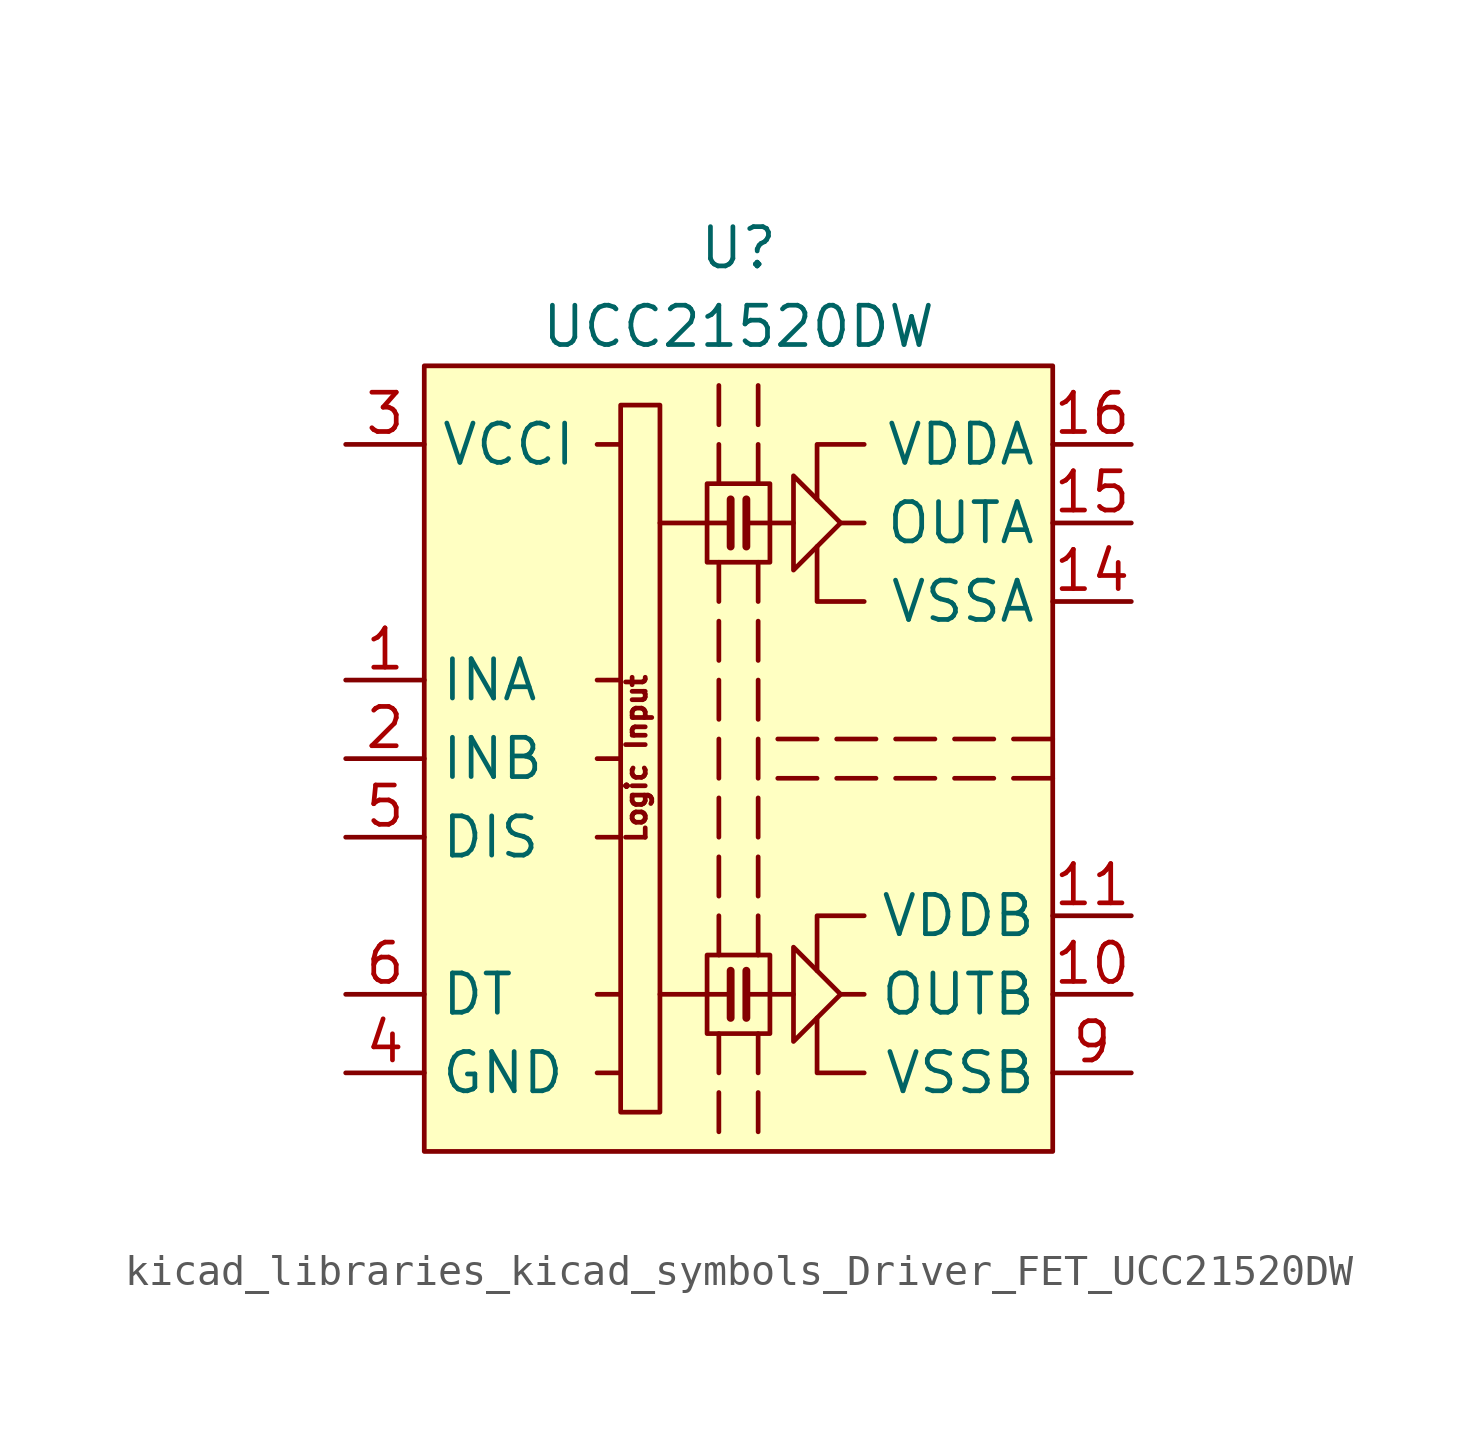
<source format=kicad_sym>
(kicad_symbol_lib
  (version 20220914)
  (generator kicad_symbol_editor)
  (symbol "kicad_libraries_kicad_symbols_Driver_FET_UCC21520DW"
    (property "Reference" "U"
      (at 0 16.51 0)
      (effects (font (size 1.27 1.27))))
    (property "Value" "UCC21520DW"
      (at 0 13.97 0)
      (effects (font (size 1.27 1.27))))
    (symbol "kicad_libraries_kicad_symbols_Driver_FET_UCC21520DW_0_0"
      (polyline (pts (xy -0.635 6.35) (xy -0.635 5.08)) (stroke (width 0) (type default)) (fill (type none)))
      (polyline (pts (xy -0.635 10.16) (xy -0.635 8.89)) (stroke (width 0) (type default)) (fill (type none)))
      (polyline (pts (xy -0.635 12.065) (xy -0.635 10.795)) (stroke (width 0) (type default)) (fill (type none)))
      (polyline (pts (xy -0.254 -7.62) (xy -2.54 -7.62)) (stroke (width 0) (type default)) (fill (type none)))
      (polyline (pts (xy -0.254 -6.858) (xy -0.254 -8.382)) (stroke (width 0.254) (type default)) (fill (type none)))
      (polyline (pts (xy -0.254 7.62) (xy -2.54 7.62)) (stroke (width 0) (type default)) (fill (type none)))
      (polyline (pts (xy -0.254 8.382) (xy -0.254 6.858)) (stroke (width 0.254) (type default)) (fill (type none)))
      (polyline (pts (xy 0.254 -7.62) (xy 1.778 -7.62)) (stroke (width 0) (type default)) (fill (type none)))
      (polyline (pts (xy 0.254 -6.858) (xy 0.254 -8.382)) (stroke (width 0.254) (type default)) (fill (type none)))
      (polyline (pts (xy 0.254 7.62) (xy 1.778 7.62)) (stroke (width 0) (type default)) (fill (type none)))
      (polyline (pts (xy 0.254 8.382) (xy 0.254 6.858)) (stroke (width 0.254) (type default)) (fill (type none)))
      (polyline (pts (xy 0.635 6.35) (xy 0.635 5.08)) (stroke (width 0) (type default)) (fill (type none)))
      (polyline (pts (xy 0.635 8.89) (xy 0.635 10.16)) (stroke (width 0) (type default)) (fill (type none)))
      (polyline (pts (xy 0.635 10.795) (xy 0.635 12.065)) (stroke (width 0) (type default)) (fill (type none)))
      (polyline (pts (xy 2.54 -0.635) (xy 1.27 -0.635)) (stroke (width 0) (type default)) (fill (type none)))
      (polyline (pts (xy 2.54 0.635) (xy 1.27 0.635)) (stroke (width 0) (type default)) (fill (type none)))
      (polyline (pts (xy 4.064 -7.62) (xy 3.302 -7.62)) (stroke (width 0) (type default)) (fill (type none)))
      (polyline (pts (xy 4.064 7.62) (xy 3.302 7.62)) (stroke (width 0) (type default)) (fill (type none)))
      (polyline (pts (xy 4.445 -0.635) (xy 3.175 -0.635)) (stroke (width 0) (type default)) (fill (type none)))
      (polyline (pts (xy 4.445 0.635) (xy 3.175 0.635)) (stroke (width 0) (type default)) (fill (type none)))
      (polyline (pts (xy 6.35 -0.635) (xy 5.08 -0.635)) (stroke (width 0) (type default)) (fill (type none)))
      (polyline (pts (xy 6.35 0.635) (xy 5.08 0.635)) (stroke (width 0) (type default)) (fill (type none)))
      (polyline (pts (xy 8.255 -0.635) (xy 6.985 -0.635)) (stroke (width 0) (type default)) (fill (type none)))
      (polyline (pts (xy 8.255 0.635) (xy 6.985 0.635)) (stroke (width 0) (type default)) (fill (type none)))
      (polyline (pts (xy 10.16 -0.635) (xy 8.89 -0.635)) (stroke (width 0) (type default)) (fill (type none)))
      (polyline (pts (xy 10.16 0.635) (xy 8.89 0.635)) (stroke (width 0) (type default)) (fill (type none)))
      (polyline (pts (xy 4.064 -10.16) (xy 2.54 -10.16) (xy 2.54 -8.382)) (stroke (width 0) (type default)) (fill (type none)))
      (polyline (pts (xy 4.064 -5.08) (xy 2.54 -5.08) (xy 2.54 -6.858)) (stroke (width 0) (type default)) (fill (type none)))
      (polyline (pts (xy 4.064 5.08) (xy 2.54 5.08) (xy 2.54 6.858)) (stroke (width 0) (type default)) (fill (type none)))
      (polyline (pts (xy 4.064 10.16) (xy 2.54 10.16) (xy 2.54 8.382)) (stroke (width 0) (type default)) (fill (type none)))
      (polyline (pts (xy 3.302 -7.62) (xy 1.778 -9.144) (xy 1.778 -6.096) (xy 3.302 -7.62)) (stroke (width 0) (type default)) (fill (type none)))
      (polyline (pts (xy 3.302 7.62) (xy 1.778 6.096) (xy 1.778 9.144) (xy 3.302 7.62)) (stroke (width 0) (type default)) (fill (type none)))
      (rectangle (start 1.016 -6.35) (end -1.016 -8.89) (stroke (width 0) (type default)) (fill (type none)))
      (rectangle (start 1.016 8.89) (end -1.016 6.35) (stroke (width 0) (type default)) (fill (type none)))
      (text "Logic Input" (at -3.302 0 900) (effects (font (size 0.635 0.635)))))
    (symbol "kicad_libraries_kicad_symbols_Driver_FET_UCC21520DW_0_1"
      (rectangle (start -3.81 11.43) (end -2.54 -11.43) (stroke (width 0) (type default)) (fill (type none)))
      (polyline (pts (xy -3.81 -10.16) (xy -4.572 -10.16)) (stroke (width 0) (type default)) (fill (type none)))
      (polyline (pts (xy -3.81 -7.62) (xy -4.572 -7.62)) (stroke (width 0) (type default)) (fill (type none)))
      (polyline (pts (xy -3.81 -2.54) (xy -4.572 -2.54)) (stroke (width 0) (type default)) (fill (type none)))
      (polyline (pts (xy -3.81 0) (xy -4.572 0)) (stroke (width 0) (type default)) (fill (type none)))
      (polyline (pts (xy -3.81 2.54) (xy -4.572 2.54)) (stroke (width 0) (type default)) (fill (type none)))
      (polyline (pts (xy -3.81 10.16) (xy -4.572 10.16)) (stroke (width 0) (type default)) (fill (type none)))
      (polyline (pts (xy -0.635 -10.795) (xy -0.635 -12.065)) (stroke (width 0) (type default)) (fill (type none)))
      (polyline (pts (xy -0.635 -8.89) (xy -0.635 -10.16)) (stroke (width 0) (type default)) (fill (type none)))
      (polyline (pts (xy -0.635 -5.08) (xy -0.635 -6.35)) (stroke (width 0) (type default)) (fill (type none)))
      (polyline (pts (xy -0.635 -3.175) (xy -0.635 -4.445)) (stroke (width 0) (type default)) (fill (type none)))
      (polyline (pts (xy -0.635 -1.27) (xy -0.635 -2.54)) (stroke (width 0) (type default)) (fill (type none)))
      (polyline (pts (xy -0.635 0.635) (xy -0.635 -0.635)) (stroke (width 0) (type default)) (fill (type none)))
      (polyline (pts (xy -0.635 2.54) (xy -0.635 1.27)) (stroke (width 0) (type default)) (fill (type none)))
      (polyline (pts (xy -0.635 4.445) (xy -0.635 3.175)) (stroke (width 0) (type default)) (fill (type none)))
      (polyline (pts (xy 0.635 -10.795) (xy 0.635 -12.065)) (stroke (width 0) (type default)) (fill (type none)))
      (polyline (pts (xy 0.635 -8.89) (xy 0.635 -10.16)) (stroke (width 0) (type default)) (fill (type none)))
      (polyline (pts (xy 0.635 -5.08) (xy 0.635 -6.35)) (stroke (width 0) (type default)) (fill (type none)))
      (polyline (pts (xy 0.635 -3.175) (xy 0.635 -4.445)) (stroke (width 0) (type default)) (fill (type none)))
      (polyline (pts (xy 0.635 -1.27) (xy 0.635 -2.54)) (stroke (width 0) (type default)) (fill (type none)))
      (polyline (pts (xy 0.635 0.635) (xy 0.635 -0.635)) (stroke (width 0) (type default)) (fill (type none)))
      (polyline (pts (xy 0.635 2.54) (xy 0.635 1.27)) (stroke (width 0) (type default)) (fill (type none)))
      (polyline (pts (xy 0.635 4.445) (xy 0.635 3.175)) (stroke (width 0) (type default)) (fill (type none)))
      (rectangle (start 10.16 12.7) (end -10.16 -12.7) (stroke (width 0) (type default)) (fill (type background))))
    (symbol "kicad_libraries_kicad_symbols_Driver_FET_UCC21520DW_1_1"
      (pin input line (at -12.7 2.54 0) (length 2.54) (name "INA" (effects (font (size 1.27 1.27)))) (number "1" (effects (font (size 1.27 1.27)))))
      (pin output line (at 12.7 -7.62 180) (length 2.54) (name "OUTB" (effects (font (size 1.27 1.27)))) (number "10" (effects (font (size 1.27 1.27)))))
      (pin power_in line (at 12.7 -5.08 180) (length 2.54) (name "VDDB" (effects (font (size 1.27 1.27)))) (number "11" (effects (font (size 1.27 1.27)))))
      (pin no_connect line (at 10.16 -2.54 180) (length 2.54) hide (name "NC" (effects (font (size 1.27 1.27)))) (number "12" (effects (font (size 1.27 1.27)))))
      (pin no_connect line (at 10.16 2.54 180) (length 2.54) hide (name "NC" (effects (font (size 1.27 1.27)))) (number "13" (effects (font (size 1.27 1.27)))))
      (pin power_in line (at 12.7 5.08 180) (length 2.54) (name "VSSA" (effects (font (size 1.27 1.27)))) (number "14" (effects (font (size 1.27 1.27)))))
      (pin output line (at 12.7 7.62 180) (length 2.54) (name "OUTA" (effects (font (size 1.27 1.27)))) (number "15" (effects (font (size 1.27 1.27)))))
      (pin power_in line (at 12.7 10.16 180) (length 2.54) (name "VDDA" (effects (font (size 1.27 1.27)))) (number "16" (effects (font (size 1.27 1.27)))))
      (pin input line (at -12.7 0 0) (length 2.54) (name "INB" (effects (font (size 1.27 1.27)))) (number "2" (effects (font (size 1.27 1.27)))))
      (pin power_in line (at -12.7 10.16 0) (length 2.54) (name "VCCI" (effects (font (size 1.27 1.27)))) (number "3" (effects (font (size 1.27 1.27)))))
      (pin power_in line (at -12.7 -10.16 0) (length 2.54) (name "GND" (effects (font (size 1.27 1.27)))) (number "4" (effects (font (size 1.27 1.27)))))
      (pin input line (at -12.7 -2.54 0) (length 2.54) (name "DIS" (effects (font (size 1.27 1.27)))) (number "5" (effects (font (size 1.27 1.27)))))
      (pin passive line (at -12.7 -7.62 0) (length 2.54) (name "DT" (effects (font (size 1.27 1.27)))) (number "6" (effects (font (size 1.27 1.27)))))
      (pin no_connect line (at -10.16 -5.08 0) (length 2.54) hide (name "NC" (effects (font (size 1.27 1.27)))) (number "7" (effects (font (size 1.27 1.27)))))
      (pin passive line (at -12.7 10.16 0) (length 2.54) hide (name "VCCI" (effects (font (size 1.27 1.27)))) (number "8" (effects (font (size 1.27 1.27)))))
      (pin power_in line (at 12.7 -10.16 180) (length 2.54) (name "VSSB" (effects (font (size 1.27 1.27)))) (number "9" (effects (font (size 1.27 1.27))))))))
</source>
